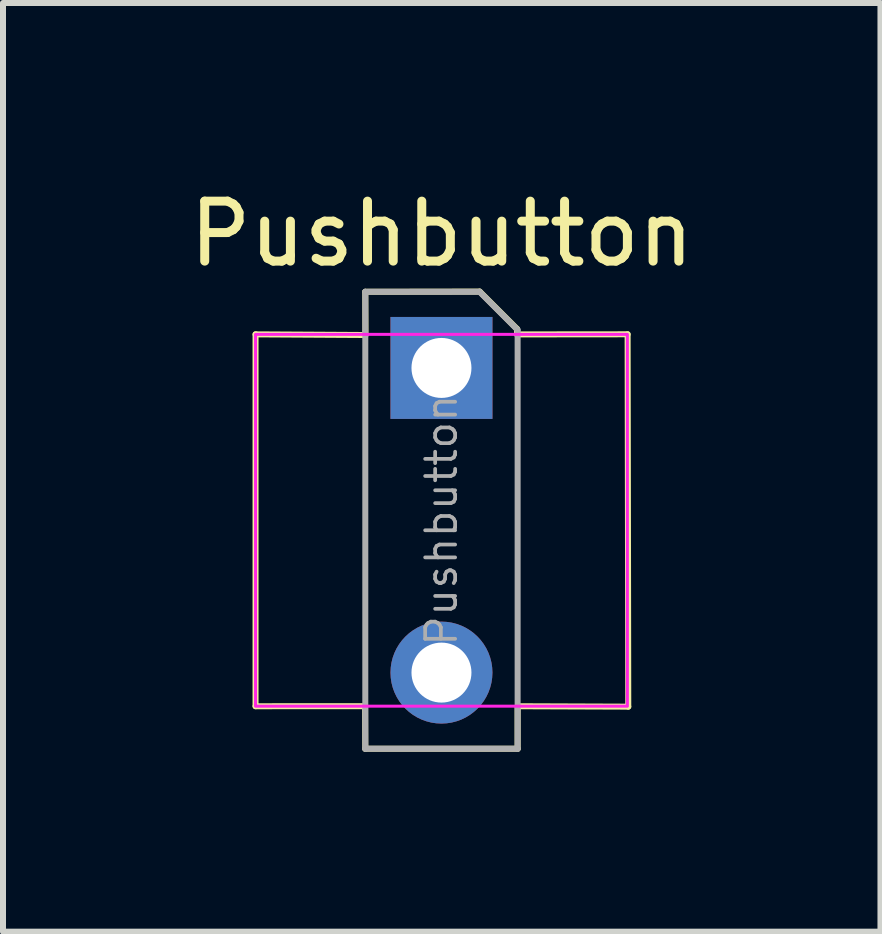
<source format=kicad_pcb>
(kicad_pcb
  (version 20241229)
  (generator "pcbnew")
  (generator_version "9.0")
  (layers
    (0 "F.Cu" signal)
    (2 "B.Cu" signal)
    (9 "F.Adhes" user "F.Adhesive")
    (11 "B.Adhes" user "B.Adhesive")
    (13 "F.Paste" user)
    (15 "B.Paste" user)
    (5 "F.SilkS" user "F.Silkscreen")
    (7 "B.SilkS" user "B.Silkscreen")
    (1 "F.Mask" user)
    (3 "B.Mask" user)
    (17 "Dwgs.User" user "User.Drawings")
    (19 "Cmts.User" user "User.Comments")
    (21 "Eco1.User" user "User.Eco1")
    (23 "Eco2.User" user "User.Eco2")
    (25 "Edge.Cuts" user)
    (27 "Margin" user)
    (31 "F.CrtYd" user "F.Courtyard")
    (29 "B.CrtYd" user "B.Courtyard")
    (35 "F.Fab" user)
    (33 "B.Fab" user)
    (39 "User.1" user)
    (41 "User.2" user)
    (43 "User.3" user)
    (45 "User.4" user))
  (footprint "Pushbutton"
    (layer "F.Cu")
    (at 4.311 5.625)
    (property "Reference" "Pushbutton" (at 0.005 -4.776 0) (layer "F.SilkS") (effects (font (size 1 1) (thickness 0.15))))
    (attr through_hole)
    (fp_line (start -3.1 3.101) (end -3.1 -3.1) (stroke (width 0.1) (type default)) (layer "F.SilkS"))
    (fp_line (start -3.1 -3.1) (end -1.267 -3.089) (stroke (width 0.1) (type default)) (layer "F.SilkS"))
    (fp_line (start -1.273 3.1) (end -3.1 3.101) (stroke (width 0.1) (type default)) (layer "F.SilkS"))
    (fp_line (start -1.27 -3.81) (end 0.638 -3.813) (stroke (width 0.1) (type default)) (layer "F.SilkS"))
    (fp_line (start -1.27 3.81) (end -1.273 3.1) (stroke (width 0.1) (type default)) (layer "F.SilkS"))
    (fp_line (start -1.267 -3.089) (end -1.27 -3.81) (stroke (width 0.1) (type default)) (layer "F.SilkS"))
    (fp_line (start 0.638 -3.813) (end 1.259 -3.192) (stroke (width 0.1) (type default)) (layer "F.SilkS"))
    (fp_line (start 1.259 -3.192) (end 1.261 -3.099) (stroke (width 0.1) (type default)) (layer "F.SilkS"))
    (fp_line (start 1.261 -3.099) (end 3.104 -3.101) (stroke (width 0.1) (type default)) (layer "F.SilkS"))
    (fp_line (start 1.27 3.81) (end -1.27 3.81) (stroke (width 0.1) (type default)) (layer "F.SilkS"))
    (fp_line (start 1.27 3.101) (end 1.27 3.81) (stroke (width 0.1) (type default)) (layer "F.SilkS"))
    (fp_line (start 3.104 -3.101) (end 3.115 3.108) (stroke (width 0.1) (type default)) (layer "F.SilkS"))
    (fp_line (start 3.115 3.108) (end 1.27 3.101) (stroke (width 0.1) (type default)) (layer "F.SilkS"))
    (fp_rect (start -3.1 -3.1) (end 3.1 3.1) (stroke (width 0.05) (type default)) (fill no) (layer "F.CrtYd"))
    (fp_line (start -1.27 -3.81) (end 0.635 -3.81) (stroke (width 0.1) (type solid)) (layer "F.Fab"))
    (fp_line (start -1.27 3.81) (end -1.27 -3.81) (stroke (width 0.1) (type solid)) (layer "F.Fab"))
    (fp_line (start 0.635 -3.81) (end 1.27 -3.175) (stroke (width 0.1) (type solid)) (layer "F.Fab"))
    (fp_line (start 1.27 -3.175) (end 1.27 3.81) (stroke (width 0.1) (type solid)) (layer "F.Fab"))
    (fp_line (start 1.27 3.81) (end -1.27 3.81) (stroke (width 0.1) (type solid)) (layer "F.Fab"))
    (fp_text user "${REFERENCE}" (at 0 0 90) (layer "F.Fab") (effects (font (size 0.5 0.5) (thickness 0.062))))
    (pad "1" thru_hole rect (at 0 -2.54) (size 1.7 1.7) (drill 1) (layers "*.Cu" "*.Mask"))
    (pad "2" thru_hole oval (at 0 2.54) (size 1.7 1.7) (drill 1) (layers "*.Cu" "*.Mask")))
  (gr_rect
    (start -3 -3)
    (end 11.631 12.485)
    (stroke (width 0.1) (type default))
    (fill no)
    (layer "Edge.Cuts")))
</source>
